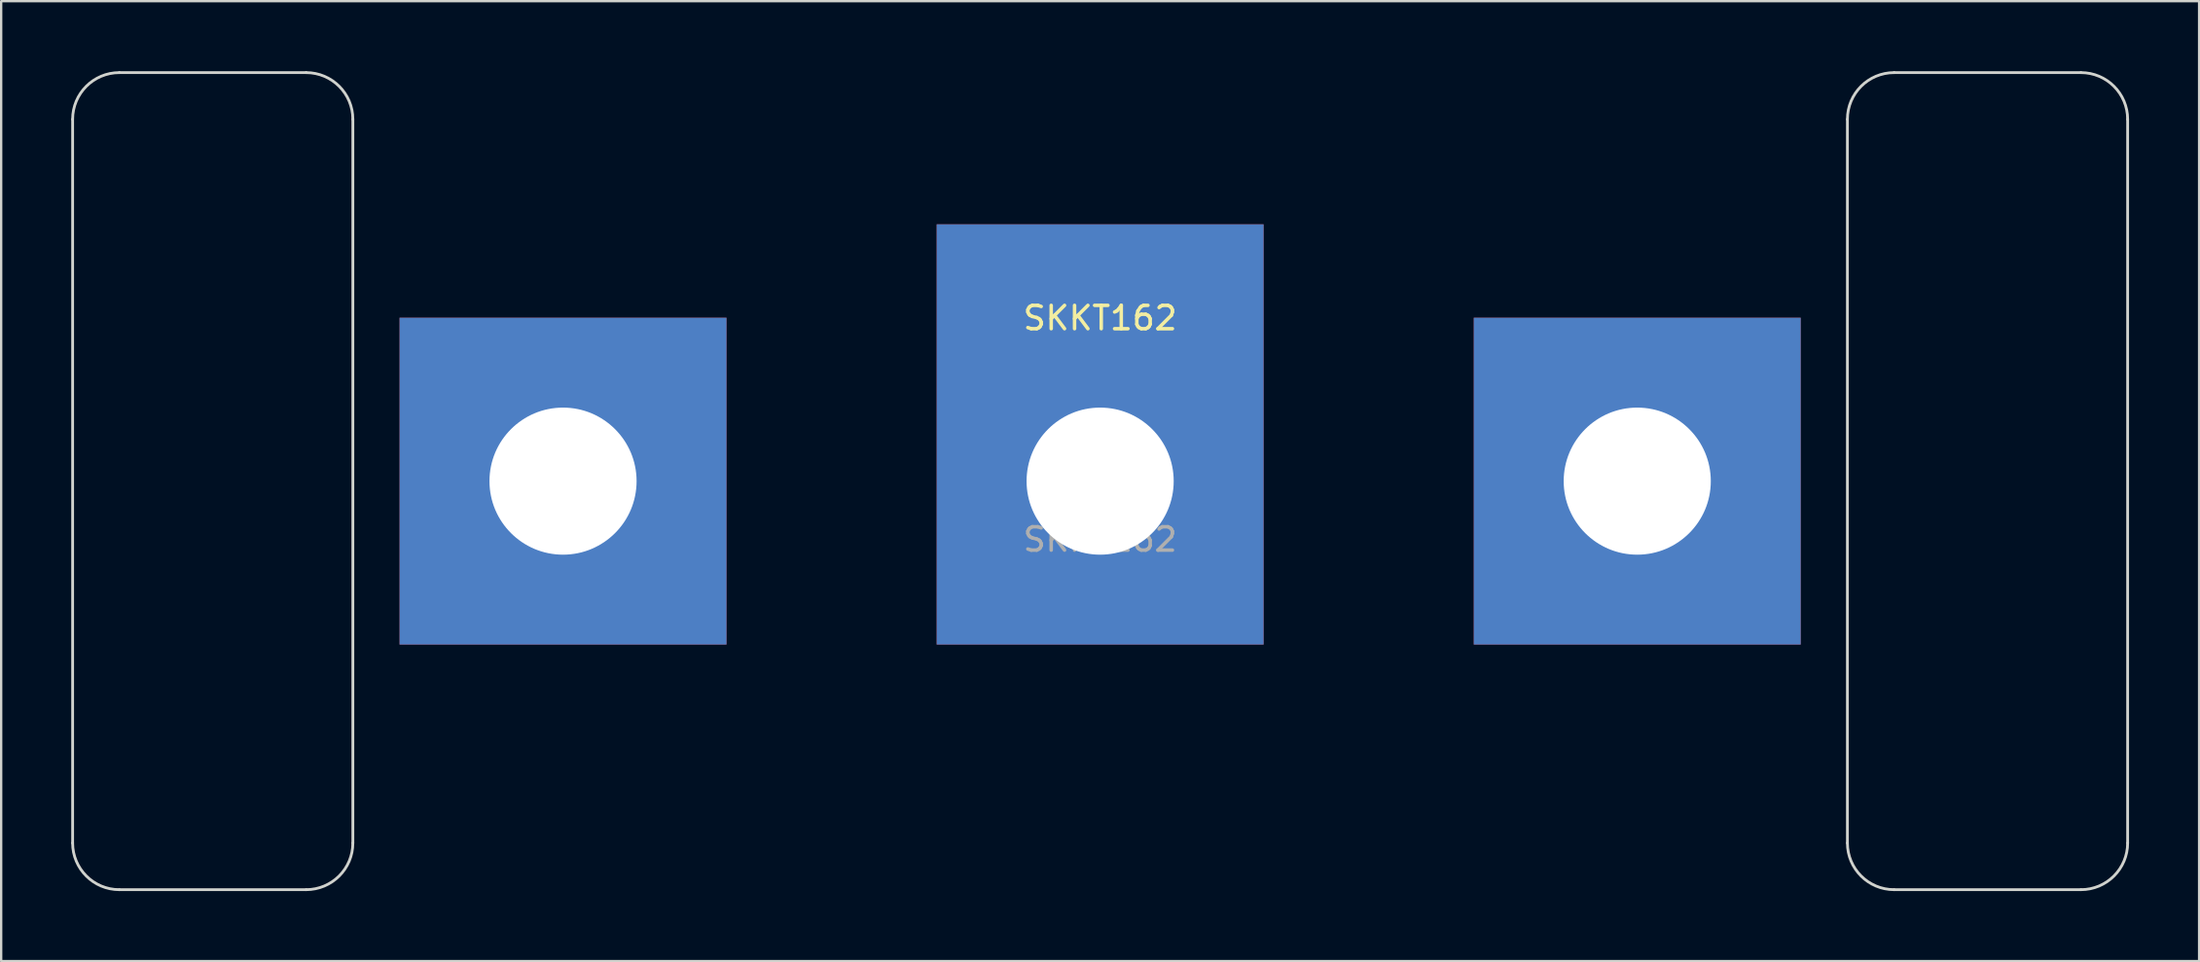
<source format=kicad_pcb>
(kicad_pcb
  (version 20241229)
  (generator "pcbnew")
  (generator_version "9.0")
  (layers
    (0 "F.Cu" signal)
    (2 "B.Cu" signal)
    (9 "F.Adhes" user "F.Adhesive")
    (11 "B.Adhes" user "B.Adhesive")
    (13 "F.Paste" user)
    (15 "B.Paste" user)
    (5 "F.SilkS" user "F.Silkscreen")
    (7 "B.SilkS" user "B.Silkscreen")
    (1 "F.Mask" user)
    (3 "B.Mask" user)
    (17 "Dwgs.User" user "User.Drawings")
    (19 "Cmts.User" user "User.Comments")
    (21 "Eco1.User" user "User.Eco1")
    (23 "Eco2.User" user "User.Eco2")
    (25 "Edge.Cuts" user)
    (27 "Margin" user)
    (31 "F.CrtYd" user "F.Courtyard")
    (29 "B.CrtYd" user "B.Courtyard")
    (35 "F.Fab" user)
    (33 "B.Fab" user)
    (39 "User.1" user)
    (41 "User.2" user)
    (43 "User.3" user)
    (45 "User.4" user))
  (footprint "SKKT162"
    (layer "F.Cu")
    (at 44.06 17.56)
    (property "Reference" "SKKT162" (at 0 -6.985 0) (unlocked yes) (layer "F.SilkS") (effects (font (size 1 1) (thickness 0.15))))
    (attr smd)
    (fp_line (start -44 15.5) (end -44 -15.5) (stroke (width 0.12) (type default)) (layer "Edge.Cuts"))
    (fp_line (start -42 -17.5) (end -34 -17.5) (stroke (width 0.12) (type default)) (layer "Edge.Cuts"))
    (fp_line (start -34 17.5) (end -42 17.5) (stroke (width 0.12) (type default)) (layer "Edge.Cuts"))
    (fp_line (start -32 -15.5) (end -32 15.5) (stroke (width 0.12) (type default)) (layer "Edge.Cuts"))
    (fp_line (start 32 15.5) (end 32 -15.5) (stroke (width 0.12) (type default)) (layer "Edge.Cuts"))
    (fp_line (start 34 -17.5) (end 42 -17.5) (stroke (width 0.12) (type default)) (layer "Edge.Cuts"))
    (fp_line (start 42 17.5) (end 34 17.5) (stroke (width 0.12) (type default)) (layer "Edge.Cuts"))
    (fp_line (start 44 -15.5) (end 44 15.5) (stroke (width 0.12) (type default)) (layer "Edge.Cuts"))
    (fp_arc (start -44 -15.5) (mid -43.414214 -16.914214) (end -42 -17.5) (stroke (width 0.12) (type solid)) (layer "Edge.Cuts"))
    (fp_arc (start -42 17.5) (mid -43.414214 16.914214) (end -44 15.5) (stroke (width 0.12) (type solid)) (layer "Edge.Cuts"))
    (fp_arc (start -34 -17.5) (mid -32.585786 -16.914214) (end -32 -15.5) (stroke (width 0.12) (type solid)) (layer "Edge.Cuts"))
    (fp_arc (start -32 15.5) (mid -32.585786 16.914214) (end -34 17.5) (stroke (width 0.12) (type solid)) (layer "Edge.Cuts"))
    (fp_arc (start 32 -15.5) (mid 32.585786 -16.914214) (end 34 -17.5) (stroke (width 0.12) (type solid)) (layer "Edge.Cuts"))
    (fp_arc (start 34 17.5) (mid 32.585786 16.914214) (end 32 15.5) (stroke (width 0.12) (type solid)) (layer "Edge.Cuts"))
    (fp_arc (start 42 -17.5) (mid 43.414214 -16.914214) (end 44 -15.5) (stroke (width 0.12) (type solid)) (layer "Edge.Cuts"))
    (fp_arc (start 44 15.5) (mid 43.414214 16.914214) (end 42 17.5) (stroke (width 0.12) (type solid)) (layer "Edge.Cuts"))
    (fp_text user "${REFERENCE}" (at 0 2.5 0) (unlocked yes) (layer "F.Fab") (effects (font (size 1 1) (thickness 0.15))))
    (pad "1" thru_hole rect (at -23 0) (size 14 14) (drill 6.3) (layers "*.Cu" "*.Mask"))
    (pad "2" thru_hole rect (at 0 0 180) (size 14 18) (drill 6.3 (offset 0 2)) (layers "*.Cu" "*.Mask"))
    (pad "3" thru_hole rect (at 23 0) (size 14 14) (drill 6.3) (layers "*.Cu" "*.Mask")))
  (gr_rect
    (start -3 -3)
    (end 91.12 38.12)
    (stroke (width 0.1) (type default))
    (fill no)
    (layer "Edge.Cuts")))
</source>
